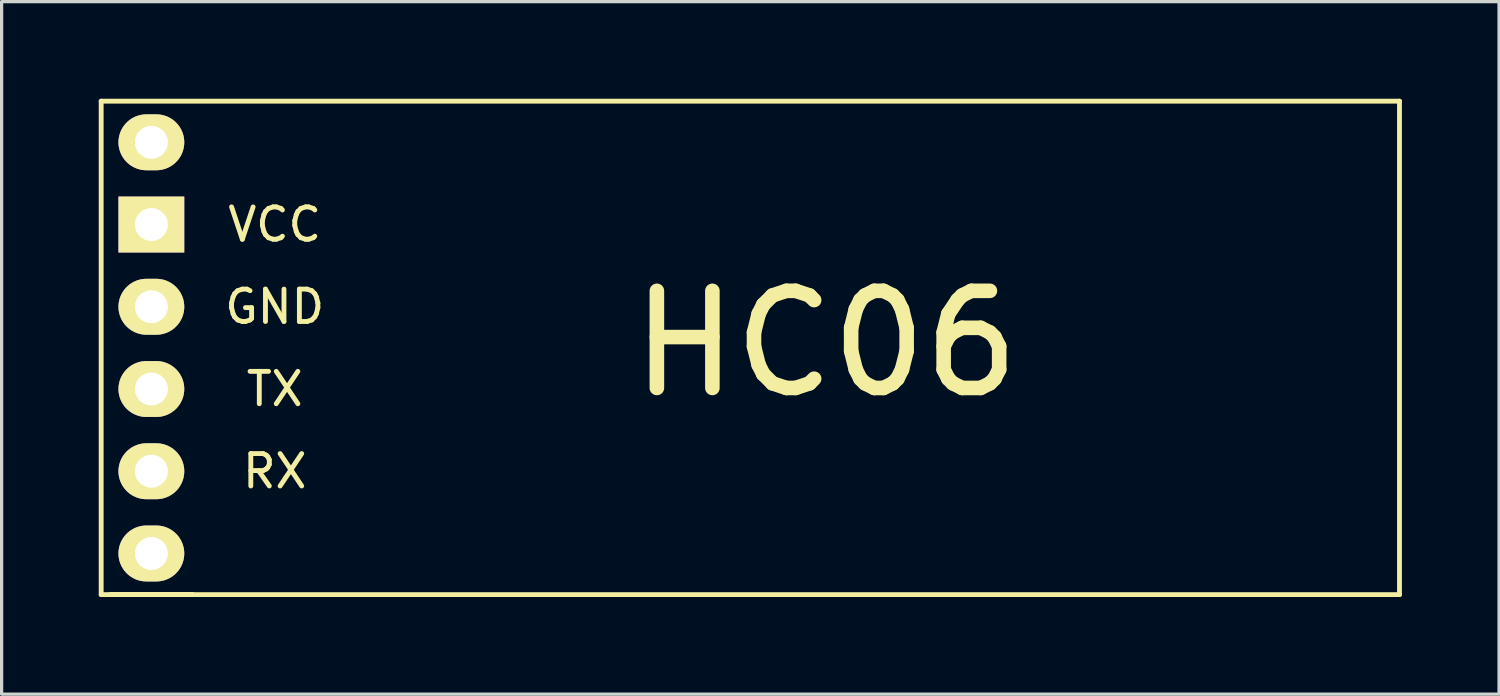
<source format=kicad_pcb>
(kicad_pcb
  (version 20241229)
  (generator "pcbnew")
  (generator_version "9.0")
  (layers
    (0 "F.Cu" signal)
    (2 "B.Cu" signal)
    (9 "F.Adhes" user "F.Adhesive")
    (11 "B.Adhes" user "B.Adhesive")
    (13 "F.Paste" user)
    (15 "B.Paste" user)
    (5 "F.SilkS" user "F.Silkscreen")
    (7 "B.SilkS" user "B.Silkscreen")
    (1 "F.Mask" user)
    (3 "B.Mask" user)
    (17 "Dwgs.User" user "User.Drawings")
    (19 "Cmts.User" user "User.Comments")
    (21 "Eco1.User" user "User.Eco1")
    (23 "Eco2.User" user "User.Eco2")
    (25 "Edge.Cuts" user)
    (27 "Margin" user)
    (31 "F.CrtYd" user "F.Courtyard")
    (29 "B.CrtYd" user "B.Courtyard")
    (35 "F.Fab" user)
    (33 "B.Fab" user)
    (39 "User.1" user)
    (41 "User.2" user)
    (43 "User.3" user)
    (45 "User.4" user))
  (footprint "HC06"
    (layer "F.Cu")
    (at 1.625 3.885)
    (property "Reference" "HC06" (at 20.828 3.683 0) (layer "F.SilkS") (effects (font (size 3 3) (thickness 0.45))))
    (attr through_hole)
    (fp_line (start -1.55 -3.81) (end -1.55 11.43) (stroke (width 0.15) (type solid)) (layer "F.SilkS"))
    (fp_line (start -1.55 -3.81) (end 38.55 -3.81) (stroke (width 0.15) (type solid)) (layer "F.SilkS"))
    (fp_line (start -1.27 11.43) (end 1.27 11.43) (stroke (width 0.15) (type solid)) (layer "F.SilkS"))
    (fp_line (start -1.27 11.43) (end 1.27 11.43) (stroke (width 0.15) (type solid)) (layer "F.SilkS"))
    (fp_line (start 38.55 -3.81) (end 38.55 11.43) (stroke (width 0.15) (type solid)) (layer "F.SilkS"))
    (fp_line (start 38.55 11.43) (end -1.55 11.43) (stroke (width 0.15) (type solid)) (layer "F.SilkS"))
    (fp_text user "VCC" (at 3.81 0 0) (layer "F.SilkS") (effects (font (size 1 1) (thickness 0.15))))
    (fp_text user "RX" (at 3.81 7.62 0) (layer "F.SilkS") (effects (font (size 1 1) (thickness 0.15))))
    (fp_text user "TX" (at 3.81 5.08 0) (layer "F.SilkS") (effects (font (size 1 1) (thickness 0.15))))
    (fp_text user "GND" (at 3.81 2.54 0) (layer "F.SilkS") (effects (font (size 1 1) (thickness 0.15))))
    (pad "" thru_hole oval (at 0 -2.54) (size 2.032 1.727) (drill 1.016) (layers "*.Cu" "*.Mask" "F.SilkS"))
    (pad "" thru_hole oval (at 0 10.16) (size 2.032 1.727) (drill 1.016) (layers "*.Cu" "*.Mask" "F.SilkS"))
    (pad "1" thru_hole oval (at 0 7.62) (size 2.032 1.727) (drill 1.016) (layers "*.Cu" "*.Mask" "F.SilkS"))
    (pad "2" thru_hole oval (at 0 5.08) (size 2.032 1.727) (drill 1.016) (layers "*.Cu" "*.Mask" "F.SilkS"))
    (pad "3" thru_hole oval (at 0 2.54) (size 2.032 1.727) (drill 1.016) (layers "*.Cu" "*.Mask" "F.SilkS"))
    (pad "4" thru_hole rect (at 0 0) (size 2.032 1.727) (drill 1.016) (layers "*.Cu" "*.Mask" "F.SilkS")))
  (gr_rect
    (start -3 -3)
    (end 43.25 18.39)
    (stroke (width 0.1) (type default))
    (fill no)
    (layer "Edge.Cuts")))
</source>
